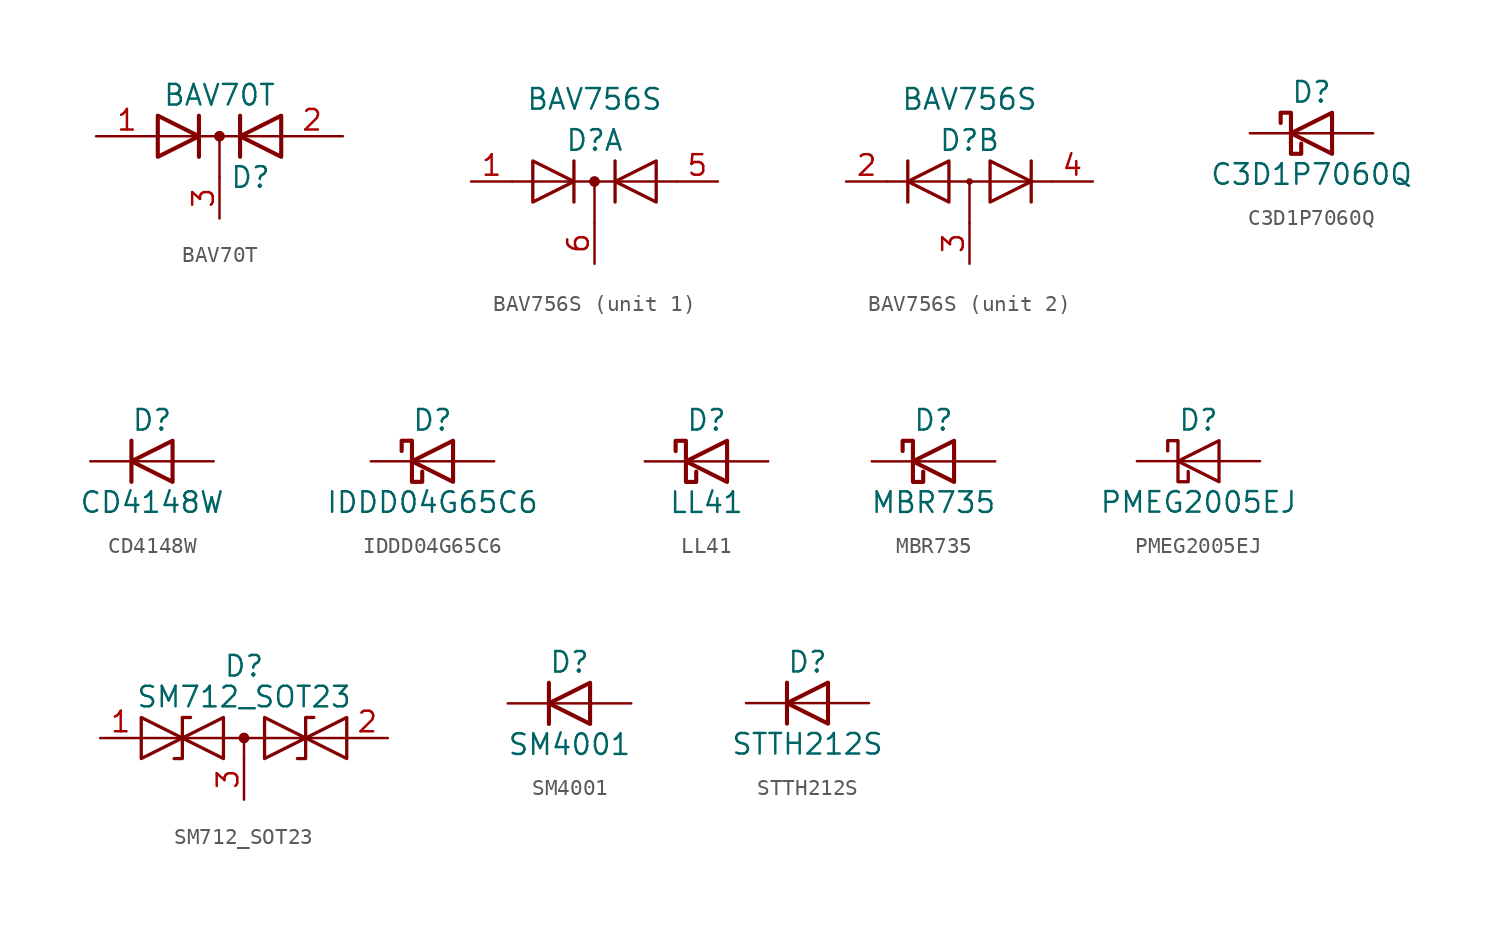
<source format=kicad_sym>
(kicad_symbol_lib
  (version 20211014)
  (generator kicad_symbol_editor)
  (symbol "BAV70T"
    (pin_names
      (offset 0.762) hide)
    (property "Reference" "D"
      (at 0.635 -2.54 0)
      (effects (font (size 1.27 1.27)) (justify left)))
    (property "Value" "BAV70T"
      (at 0 2.54 0)
      (effects (font (size 1.27 1.27))))
    (symbol "BAV70T_0_1"
      (polyline (pts (xy -3.81 0) (xy 3.81 0)) (stroke (width 0) (type default) (color 0 0 0 0)) (fill (type none)))
      (polyline (pts (xy 0 0) (xy 0 -2.54)) (stroke (width 0) (type default) (color 0 0 0 0)) (fill (type none)))
      (polyline (pts (xy -1.27 -1.27) (xy -1.27 1.27) (xy -1.27 1.27)) (stroke (width 0.254) (type default) (color 0 0 0 0)) (fill (type none)))
      (polyline (pts (xy 1.27 -1.27) (xy 1.27 1.27) (xy 1.27 1.27)) (stroke (width 0.254) (type default) (color 0 0 0 0)) (fill (type none)))
      (polyline (pts (xy -3.81 1.27) (xy -1.27 0) (xy -3.81 -1.27) (xy -3.81 1.27) (xy -3.81 1.27) (xy -3.81 1.27)) (stroke (width 0.254) (type default) (color 0 0 0 0)) (fill (type none)))
      (polyline (pts (xy 3.81 -1.27) (xy 1.27 0) (xy 3.81 1.27) (xy 3.81 -1.27) (xy 3.81 -1.27) (xy 3.81 -1.27)) (stroke (width 0.254) (type default) (color 0 0 0 0)) (fill (type none)))
      (circle (center 0 0) (radius 0.254) (stroke (width 0) (type default) (color 0 0 0 0)) (fill (type outline)))
      (pin passive line (at -7.62 0 0) (length 3.81) (name "A" (effects (font (size 1.27 1.27)))) (number "1" (effects (font (size 1.27 1.27)))))
      (pin passive line (at 7.62 0 180) (length 3.81) (name "A" (effects (font (size 1.27 1.27)))) (number "2" (effects (font (size 1.27 1.27)))))
      (pin passive line (at 0 -5.08 90) (length 2.54) (name "K" (effects (font (size 1.27 1.27)))) (number "3" (effects (font (size 1.27 1.27)))))))
  (symbol "BAV756S"
    (pin_names
      (offset 0.025) hide)
    (property "Reference" "D"
      (at 0 2.54 0)
      (effects (font (size 1.27 1.27))))
    (property "Value" "BAV756S"
      (at 0 5.08 0)
      (effects (font (size 1.27 1.27))))
    (property "ki_locked" ""
      (at 0 0 0)
      (effects (font (size 1.27 1.27))))
    (symbol "BAV756S_1_1"
      (polyline (pts (xy -5.08 0) (xy 5.08 0)) (stroke (width 0) (type default) (color 0 0 0 0)) (fill (type none)))
      (polyline (pts (xy 0 0) (xy 0 -2.54)) (stroke (width 0) (type default) (color 0 0 0 0)) (fill (type none)))
      (polyline (pts (xy -1.27 -1.27) (xy -1.27 1.27) (xy -1.27 1.27)) (stroke (width 0.203) (type default) (color 0 0 0 0)) (fill (type none)))
      (polyline (pts (xy 1.27 -1.27) (xy 1.27 1.27) (xy 1.27 1.27)) (stroke (width 0.203) (type default) (color 0 0 0 0)) (fill (type none)))
      (polyline (pts (xy -3.81 1.27) (xy -1.27 0) (xy -3.81 -1.27) (xy -3.81 1.27) (xy -3.81 1.27) (xy -3.81 1.27)) (stroke (width 0.203) (type default) (color 0 0 0 0)) (fill (type none)))
      (polyline (pts (xy 3.81 -1.27) (xy 1.27 0) (xy 3.81 1.27) (xy 3.81 -1.27) (xy 3.81 -1.27) (xy 3.81 -1.27)) (stroke (width 0.203) (type default) (color 0 0 0 0)) (fill (type none)))
      (circle (center 0 0) (radius 0.254) (stroke (width 0) (type default) (color 0 0 0 0)) (fill (type outline)))
      (pin passive line (at -7.62 0 0) (length 2.54) (name "A1" (effects (font (size 1.27 1.27)))) (number "1" (effects (font (size 1.27 1.27)))))
      (pin passive line (at 7.62 0 180) (length 2.54) (name "A4" (effects (font (size 1.27 1.27)))) (number "5" (effects (font (size 1.27 1.27)))))
      (pin passive line (at 0 -5.08 90) (length 2.54) (name "CK" (effects (font (size 1.27 1.27)))) (number "6" (effects (font (size 1.27 1.27))))))
    (symbol "BAV756S_2_1"
      (polyline (pts (xy -5.08 0) (xy 5.08 0)) (stroke (width 0) (type default) (color 0 0 0 0)) (fill (type none)))
      (polyline (pts (xy 0 0) (xy 0 -2.54)) (stroke (width 0) (type default) (color 0 0 0 0)) (fill (type none)))
      (polyline (pts (xy -3.81 1.27) (xy -3.81 -1.27) (xy -3.81 -1.27)) (stroke (width 0.203) (type default) (color 0 0 0 0)) (fill (type none)))
      (polyline (pts (xy 3.81 1.27) (xy 3.81 -1.27) (xy 3.81 -1.27)) (stroke (width 0.203) (type default) (color 0 0 0 0)) (fill (type none)))
      (polyline (pts (xy -1.27 -1.27) (xy -3.81 0) (xy -1.27 1.27) (xy -1.27 -1.27) (xy -1.27 -1.27) (xy -1.27 -1.27)) (stroke (width 0.203) (type default) (color 0 0 0 0)) (fill (type none)))
      (polyline (pts (xy 1.27 1.27) (xy 3.81 0) (xy 1.27 -1.27) (xy 1.27 1.27) (xy 1.27 1.27) (xy 1.27 1.27)) (stroke (width 0.203) (type default) (color 0 0 0 0)) (fill (type none)))
      (circle (center 0 0) (radius 0.127) (stroke (width 0) (type default) (color 0 0 0 0)) (fill (type none)))
      (pin passive line (at -7.62 0 0) (length 2.54) (name "K2" (effects (font (size 1.27 1.27)))) (number "2" (effects (font (size 1.27 1.27)))))
      (pin passive line (at 0 -5.08 90) (length 2.54) (name "CA" (effects (font (size 1.27 1.27)))) (number "3" (effects (font (size 1.27 1.27)))))
      (pin passive line (at 7.62 0 180) (length 2.54) (name "K3" (effects (font (size 1.27 1.27)))) (number "4" (effects (font (size 1.27 1.27)))))))
  (symbol "C3D1P7060Q"
    (pin_numbers hide)
    (pin_names
      (offset 1.016) hide)
    (property "Reference" "D"
      (at 0 2.54 0)
      (effects (font (size 1.27 1.27))))
    (property "Value" "C3D1P7060Q"
      (at 0 -2.54 0)
      (effects (font (size 1.27 1.27))))
    (symbol "C3D1P7060Q_0_1"
      (polyline (pts (xy 1.27 0) (xy -1.27 0)) (stroke (width 0) (type default) (color 0 0 0 0)) (fill (type none)))
      (polyline (pts (xy 1.27 1.27) (xy 1.27 -1.27) (xy -1.27 0) (xy 1.27 1.27)) (stroke (width 0.254) (type default) (color 0 0 0 0)) (fill (type none)))
      (polyline (pts (xy -1.905 0.635) (xy -1.905 1.27) (xy -1.27 1.27) (xy -1.27 -1.27) (xy -0.635 -1.27) (xy -0.635 -0.635)) (stroke (width 0.254) (type default) (color 0 0 0 0)) (fill (type none))))
    (symbol "C3D1P7060Q_1_1"
      (pin passive line (at -3.81 0 0) (length 2.54) (name "K" (effects (font (size 1.27 1.27)))) (number "1" (effects (font (size 1.27 1.27)))))
      (pin passive line (at 3.81 0 180) (length 2.54) (name "A" (effects (font (size 1.27 1.27)))) (number "2" (effects (font (size 1.27 1.27)))))))
  (symbol "CD4148W"
    (pin_numbers hide)
    (pin_names
      (offset 1.016) hide)
    (property "Reference" "D"
      (at 0 2.54 0)
      (effects (font (size 1.27 1.27))))
    (property "Value" "CD4148W"
      (at 0 -2.54 0)
      (effects (font (size 1.27 1.27))))
    (symbol "CD4148W_0_1"
      (polyline (pts (xy -1.27 1.27) (xy -1.27 -1.27)) (stroke (width 0.254) (type default) (color 0 0 0 0)) (fill (type none)))
      (polyline (pts (xy 1.27 0) (xy -1.27 0)) (stroke (width 0) (type default) (color 0 0 0 0)) (fill (type none)))
      (polyline (pts (xy 1.27 1.27) (xy 1.27 -1.27) (xy -1.27 0) (xy 1.27 1.27)) (stroke (width 0.254) (type default) (color 0 0 0 0)) (fill (type none))))
    (symbol "CD4148W_1_1"
      (pin passive line (at -3.81 0 0) (length 2.54) (name "K" (effects (font (size 1.27 1.27)))) (number "1" (effects (font (size 1.27 1.27)))))
      (pin passive line (at 3.81 0 180) (length 2.54) (name "A" (effects (font (size 1.27 1.27)))) (number "2" (effects (font (size 1.27 1.27)))))))
  (symbol "IDDD04G65C6"
    (pin_numbers hide)
    (pin_names
      (offset 1.016) hide)
    (property "Reference" "D"
      (at 0 2.54 0)
      (effects (font (size 1.27 1.27))))
    (property "Value" "IDDD04G65C6"
      (at 0 -2.54 0)
      (effects (font (size 1.27 1.27))))
    (symbol "IDDD04G65C6_0_1"
      (polyline (pts (xy 1.27 0) (xy -1.27 0)) (stroke (width 0) (type default) (color 0 0 0 0)) (fill (type none)))
      (polyline (pts (xy 1.27 1.27) (xy 1.27 -1.27) (xy -1.27 0) (xy 1.27 1.27)) (stroke (width 0.254) (type default) (color 0 0 0 0)) (fill (type none)))
      (polyline (pts (xy -1.905 0.635) (xy -1.905 1.27) (xy -1.27 1.27) (xy -1.27 -1.27) (xy -0.635 -1.27) (xy -0.635 -0.635)) (stroke (width 0.254) (type default) (color 0 0 0 0)) (fill (type none))))
    (symbol "IDDD04G65C6_1_1"
      (pin no_connect line (at -2.54 0 0) (length 2.54) hide (name "NC" (effects (font (size 1.27 1.27)))) (number "1" (effects (font (size 1.27 1.27)))))
      (pin passive line (at -3.81 0 0) (length 2.54) hide (name "K" (effects (font (size 1.27 1.27)))) (number "10" (effects (font (size 1.27 1.27)))))
      (pin no_connect line (at 2.54 0 180) (length 2.54) hide (name "NC" (effects (font (size 1.27 1.27)))) (number "2" (effects (font (size 1.27 1.27)))))
      (pin passive line (at 3.81 0 180) (length 2.54) (name "A" (effects (font (size 1.27 1.27)))) (number "3" (effects (font (size 1.27 1.27)))))
      (pin passive line (at 3.81 0 180) (length 2.54) hide (name "A" (effects (font (size 1.27 1.27)))) (number "4" (effects (font (size 1.27 1.27)))))
      (pin passive line (at 3.81 0 180) (length 2.54) hide (name "A" (effects (font (size 1.27 1.27)))) (number "5" (effects (font (size 1.27 1.27)))))
      (pin passive line (at -3.81 0 0) (length 2.54) (name "K" (effects (font (size 1.27 1.27)))) (number "6" (effects (font (size 1.27 1.27)))))
      (pin passive line (at -3.81 0 0) (length 2.54) hide (name "K" (effects (font (size 1.27 1.27)))) (number "7" (effects (font (size 1.27 1.27)))))
      (pin passive line (at -3.81 0 0) (length 2.54) hide (name "K" (effects (font (size 1.27 1.27)))) (number "8" (effects (font (size 1.27 1.27)))))
      (pin passive line (at -3.81 0 0) (length 2.54) hide (name "K" (effects (font (size 1.27 1.27)))) (number "9" (effects (font (size 1.27 1.27)))))))
  (symbol "LL41"
    (pin_numbers hide)
    (pin_names
      (offset 1.016) hide)
    (property "Reference" "D"
      (at 0 2.54 0)
      (effects (font (size 1.27 1.27))))
    (property "Value" "LL41"
      (at 0 -2.54 0)
      (effects (font (size 1.27 1.27))))
    (symbol "LL41_0_1"
      (polyline (pts (xy 1.27 0) (xy -1.27 0)) (stroke (width 0) (type default) (color 0 0 0 0)) (fill (type none)))
      (polyline (pts (xy 1.27 1.27) (xy 1.27 -1.27) (xy -1.27 0) (xy 1.27 1.27)) (stroke (width 0.254) (type default) (color 0 0 0 0)) (fill (type none)))
      (polyline (pts (xy -1.905 0.635) (xy -1.905 1.27) (xy -1.27 1.27) (xy -1.27 -1.27) (xy -0.635 -1.27) (xy -0.635 -0.635)) (stroke (width 0.254) (type default) (color 0 0 0 0)) (fill (type none))))
    (symbol "LL41_1_1"
      (pin passive line (at -3.81 0 0) (length 2.54) (name "K" (effects (font (size 1.27 1.27)))) (number "1" (effects (font (size 1.27 1.27)))))
      (pin passive line (at 3.81 0 180) (length 2.54) (name "A" (effects (font (size 1.27 1.27)))) (number "2" (effects (font (size 1.27 1.27)))))))
  (symbol "MBR735"
    (pin_numbers hide)
    (pin_names
      (offset 1.016) hide)
    (property "Reference" "D"
      (at 0 2.54 0)
      (effects (font (size 1.27 1.27))))
    (property "Value" "MBR735"
      (at 0 -2.54 0)
      (effects (font (size 1.27 1.27))))
    (symbol "MBR735_0_1"
      (polyline (pts (xy 1.27 0) (xy -1.27 0)) (stroke (width 0) (type default) (color 0 0 0 0)) (fill (type none)))
      (polyline (pts (xy 1.27 1.27) (xy 1.27 -1.27) (xy -1.27 0) (xy 1.27 1.27)) (stroke (width 0.254) (type default) (color 0 0 0 0)) (fill (type none)))
      (polyline (pts (xy -1.905 0.635) (xy -1.905 1.27) (xy -1.27 1.27) (xy -1.27 -1.27) (xy -0.635 -1.27) (xy -0.635 -0.635)) (stroke (width 0.254) (type default) (color 0 0 0 0)) (fill (type none))))
    (symbol "MBR735_1_1"
      (pin passive line (at -3.81 0 0) (length 2.54) (name "K" (effects (font (size 1.27 1.27)))) (number "1" (effects (font (size 1.27 1.27)))))
      (pin passive line (at 3.81 0 180) (length 2.54) (name "A" (effects (font (size 1.27 1.27)))) (number "2" (effects (font (size 1.27 1.27)))))))
  (symbol "PMEG2005EJ"
    (pin_numbers hide)
    (pin_names hide)
    (property "Reference" "D"
      (at 0 2.54 0)
      (effects (font (size 1.27 1.27))))
    (property "Value" "PMEG2005EJ"
      (at 0 -2.54 0)
      (effects (font (size 1.27 1.27))))
    (symbol "PMEG2005EJ_0_1"
      (polyline (pts (xy 1.27 0) (xy -1.27 0)) (stroke (width 0) (type default) (color 0 0 0 0)) (fill (type none)))
      (polyline (pts (xy 1.27 1.27) (xy 1.27 -1.27) (xy -1.27 0) (xy 1.27 1.27)) (stroke (width 0.203) (type default) (color 0 0 0 0)) (fill (type none)))
      (polyline (pts (xy -1.905 0.635) (xy -1.905 1.27) (xy -1.27 1.27) (xy -1.27 -1.27) (xy -0.635 -1.27) (xy -0.635 -0.635)) (stroke (width 0.203) (type default) (color 0 0 0 0)) (fill (type none))))
    (symbol "PMEG2005EJ_1_1"
      (pin passive line (at -3.81 0 0) (length 2.54) (name "K" (effects (font (size 1.27 1.27)))) (number "1" (effects (font (size 1.27 1.27)))))
      (pin passive line (at 3.81 0 180) (length 2.54) (name "A" (effects (font (size 1.27 1.27)))) (number "2" (effects (font (size 1.27 1.27)))))))
  (symbol "SM712_SOT23"
    (pin_names
      (offset 1.016) hide)
    (property "Reference" "D"
      (at 0 4.445 0)
      (effects (font (size 1.27 1.27))))
    (property "Value" "SM712_SOT23"
      (at 0 2.54 0)
      (effects (font (size 1.27 1.27))))
    (symbol "SM712_SOT23_0_0"
      (polyline (pts (xy 0 -1.27) (xy 0 0)) (stroke (width 0) (type default) (color 0 0 0 0)) (fill (type none))))
    (symbol "SM712_SOT23_0_1"
      (polyline (pts (xy -6.35 0) (xy 6.35 0)) (stroke (width 0) (type default) (color 0 0 0 0)) (fill (type none)))
      (polyline (pts (xy -3.302 1.27) (xy -3.81 1.27) (xy -3.81 -1.27) (xy -4.318 -1.27)) (stroke (width 0.203) (type default) (color 0 0 0 0)) (fill (type none)))
      (polyline (pts (xy 4.318 1.27) (xy 3.81 1.27) (xy 3.81 -1.27) (xy 3.302 -1.27)) (stroke (width 0.203) (type default) (color 0 0 0 0)) (fill (type none)))
      (polyline (pts (xy -6.35 -1.27) (xy -1.27 1.27) (xy -1.27 -1.27) (xy -6.35 1.27) (xy -6.35 -1.27)) (stroke (width 0.203) (type default) (color 0 0 0 0)) (fill (type none)))
      (polyline (pts (xy 1.27 -1.27) (xy 1.27 1.27) (xy 6.35 -1.27) (xy 6.35 1.27) (xy 1.27 -1.27)) (stroke (width 0.203) (type default) (color 0 0 0 0)) (fill (type none)))
      (circle (center 0 0) (radius 0.254) (stroke (width 0) (type default) (color 0 0 0 0)) (fill (type outline))))
    (symbol "SM712_SOT23_1_1"
      (pin passive line (at -8.89 0 0) (length 2.54) (name "A1" (effects (font (size 1.27 1.27)))) (number "1" (effects (font (size 1.27 1.27)))))
      (pin passive line (at 8.89 0 180) (length 2.54) (name "A2" (effects (font (size 1.27 1.27)))) (number "2" (effects (font (size 1.27 1.27)))))
      (pin input line (at 0 -3.81 90) (length 2.54) (name "common" (effects (font (size 1.27 1.27)))) (number "3" (effects (font (size 1.27 1.27)))))))
  (symbol "SM4001"
    (pin_numbers hide)
    (pin_names
      (offset 1.016) hide)
    (property "Reference" "D"
      (at 0 2.54 0)
      (effects (font (size 1.27 1.27))))
    (property "Value" "SM4001"
      (at 0 -2.54 0)
      (effects (font (size 1.27 1.27))))
    (symbol "SM4001_0_1"
      (polyline (pts (xy -1.27 1.27) (xy -1.27 -1.27)) (stroke (width 0.254) (type default) (color 0 0 0 0)) (fill (type none)))
      (polyline (pts (xy 1.27 0) (xy -1.27 0)) (stroke (width 0) (type default) (color 0 0 0 0)) (fill (type none)))
      (polyline (pts (xy 1.27 1.27) (xy 1.27 -1.27) (xy -1.27 0) (xy 1.27 1.27)) (stroke (width 0.254) (type default) (color 0 0 0 0)) (fill (type none))))
    (symbol "SM4001_1_1"
      (pin passive line (at -3.81 0 0) (length 2.54) (name "K" (effects (font (size 1.27 1.27)))) (number "1" (effects (font (size 1.27 1.27)))))
      (pin passive line (at 3.81 0 180) (length 2.54) (name "A" (effects (font (size 1.27 1.27)))) (number "2" (effects (font (size 1.27 1.27)))))))
  (symbol "STTH212S"
    (pin_numbers hide)
    (pin_names
      (offset 1.016) hide)
    (property "Reference" "D"
      (at 0 2.54 0)
      (effects (font (size 1.27 1.27))))
    (property "Value" "STTH212S"
      (at 0 -2.54 0)
      (effects (font (size 1.27 1.27))))
    (symbol "STTH212S_0_1"
      (polyline (pts (xy -1.27 1.27) (xy -1.27 -1.27)) (stroke (width 0.254) (type default) (color 0 0 0 0)) (fill (type none)))
      (polyline (pts (xy 1.27 0) (xy -1.27 0)) (stroke (width 0) (type default) (color 0 0 0 0)) (fill (type none)))
      (polyline (pts (xy 1.27 1.27) (xy 1.27 -1.27) (xy -1.27 0) (xy 1.27 1.27)) (stroke (width 0.254) (type default) (color 0 0 0 0)) (fill (type none))))
    (symbol "STTH212S_1_1"
      (pin passive line (at -3.81 0 0) (length 2.54) (name "K" (effects (font (size 1.27 1.27)))) (number "1" (effects (font (size 1.27 1.27)))))
      (pin passive line (at 3.81 0 180) (length 2.54) (name "A" (effects (font (size 1.27 1.27)))) (number "2" (effects (font (size 1.27 1.27))))))))
</source>
